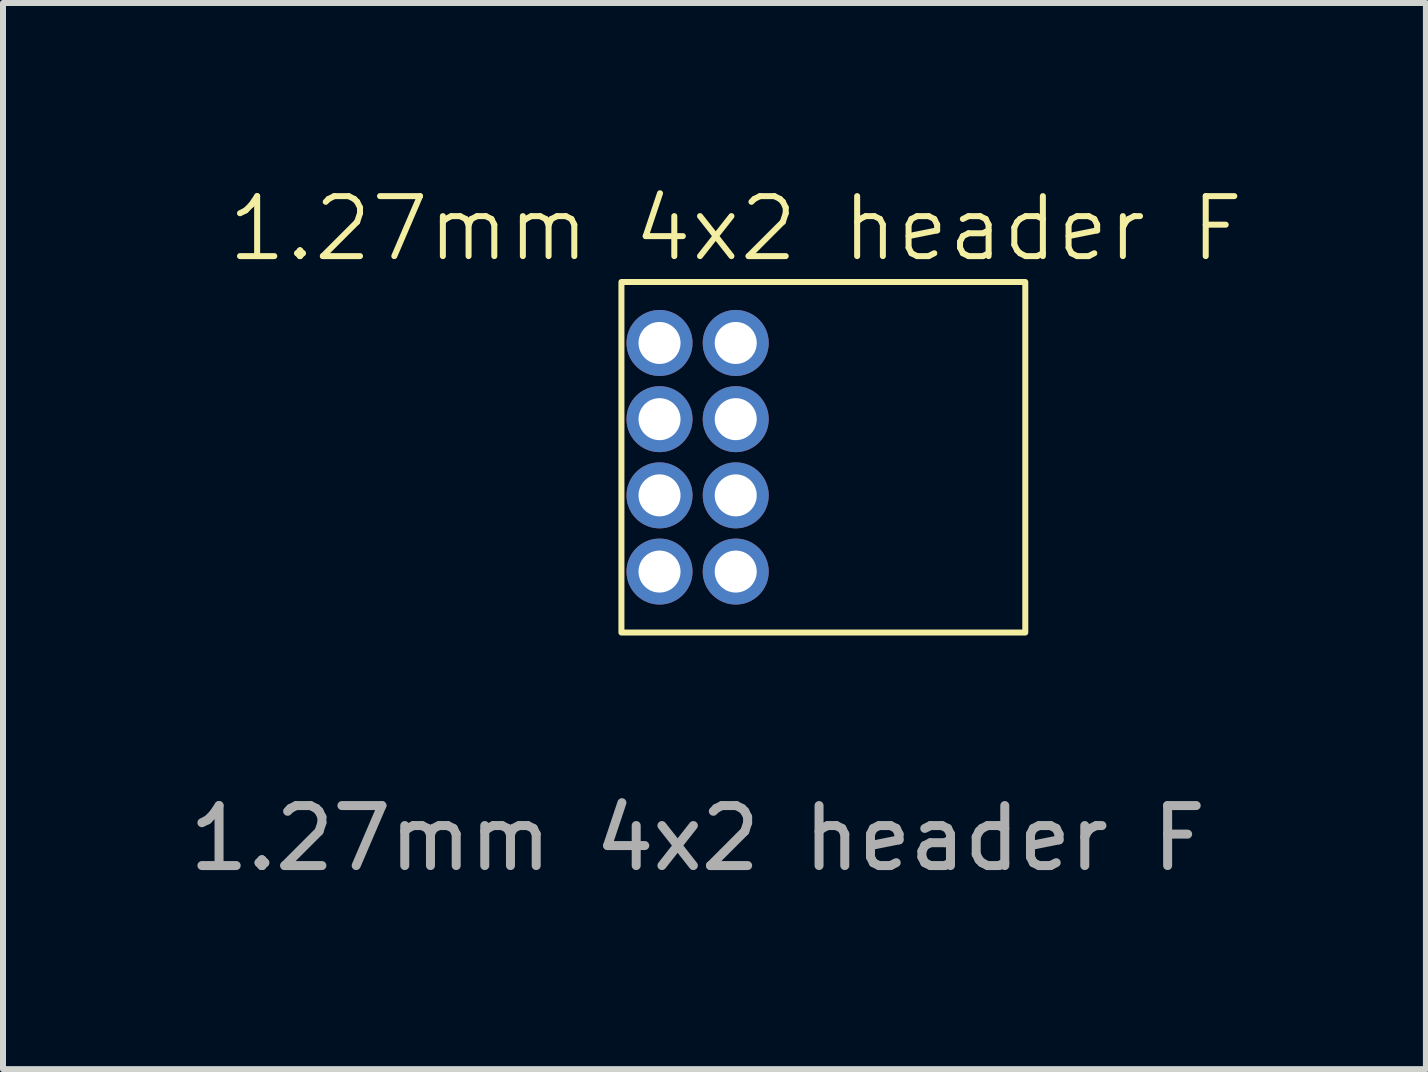
<source format=kicad_pcb>
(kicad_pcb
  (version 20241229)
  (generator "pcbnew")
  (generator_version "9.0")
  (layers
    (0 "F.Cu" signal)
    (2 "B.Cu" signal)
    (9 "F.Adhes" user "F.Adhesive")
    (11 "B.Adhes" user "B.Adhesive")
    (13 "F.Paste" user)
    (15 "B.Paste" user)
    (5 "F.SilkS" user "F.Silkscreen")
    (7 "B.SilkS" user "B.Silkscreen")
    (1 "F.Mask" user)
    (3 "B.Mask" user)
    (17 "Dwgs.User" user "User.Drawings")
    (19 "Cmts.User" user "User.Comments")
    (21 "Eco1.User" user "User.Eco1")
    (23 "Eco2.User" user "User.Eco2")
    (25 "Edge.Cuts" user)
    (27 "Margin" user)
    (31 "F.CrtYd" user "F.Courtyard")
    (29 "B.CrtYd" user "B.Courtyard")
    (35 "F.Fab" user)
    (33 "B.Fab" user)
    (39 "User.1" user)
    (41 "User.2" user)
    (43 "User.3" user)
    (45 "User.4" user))
  (footprint "1.27mm 4x2 header F"
    (layer "F.Cu")
    (at 7.942 2.666)
    (property "Reference" "1.27mm 4x2 header F" (at 1.27 -1.905 0) (unlocked yes) (layer "F.SilkS") (effects (font (size 1 1) (thickness 0.1))))
    (attr through_hole)
    (fp_rect (start -0.635 -1.016) (end 6.096 4.826) (stroke (width 0.1) (type default)) (fill no) (layer "F.SilkS"))
    (fp_text user "${REFERENCE}" (at 0.635 8.255 0) (unlocked yes) (layer "F.Fab") (effects (font (size 1 1) (thickness 0.15))))
    (pad "1" thru_hole circle (at 0 0) (size 1.1 1.1) (drill 0.7) (layers "*.Cu" "*.Mask"))
    (pad "2" thru_hole circle (at 1.27 0) (size 1.1 1.1) (drill 0.7) (layers "*.Cu" "*.Mask"))
    (pad "3" thru_hole circle (at 0 1.27) (size 1.1 1.1) (drill 0.7) (layers "*.Cu" "*.Mask"))
    (pad "4" thru_hole circle (at 1.27 1.27) (size 1.1 1.1) (drill 0.7) (layers "*.Cu" "*.Mask"))
    (pad "5" thru_hole circle (at 0 2.54) (size 1.1 1.1) (drill 0.7) (layers "*.Cu" "*.Mask"))
    (pad "6" thru_hole circle (at 1.27 2.54) (size 1.1 1.1) (drill 0.7) (layers "*.Cu" "*.Mask"))
    (pad "7" thru_hole circle (at 0 3.81) (size 1.1 1.1) (drill 0.7) (layers "*.Cu" "*.Mask"))
    (pad "8" thru_hole circle (at 1.27 3.81) (size 1.1 1.1) (drill 0.7) (layers "*.Cu" "*.Mask")))
  (gr_rect
    (start -3 -3)
    (end 20.715 14.769)
    (stroke (width 0.1) (type default))
    (fill no)
    (layer "Edge.Cuts")))
</source>
